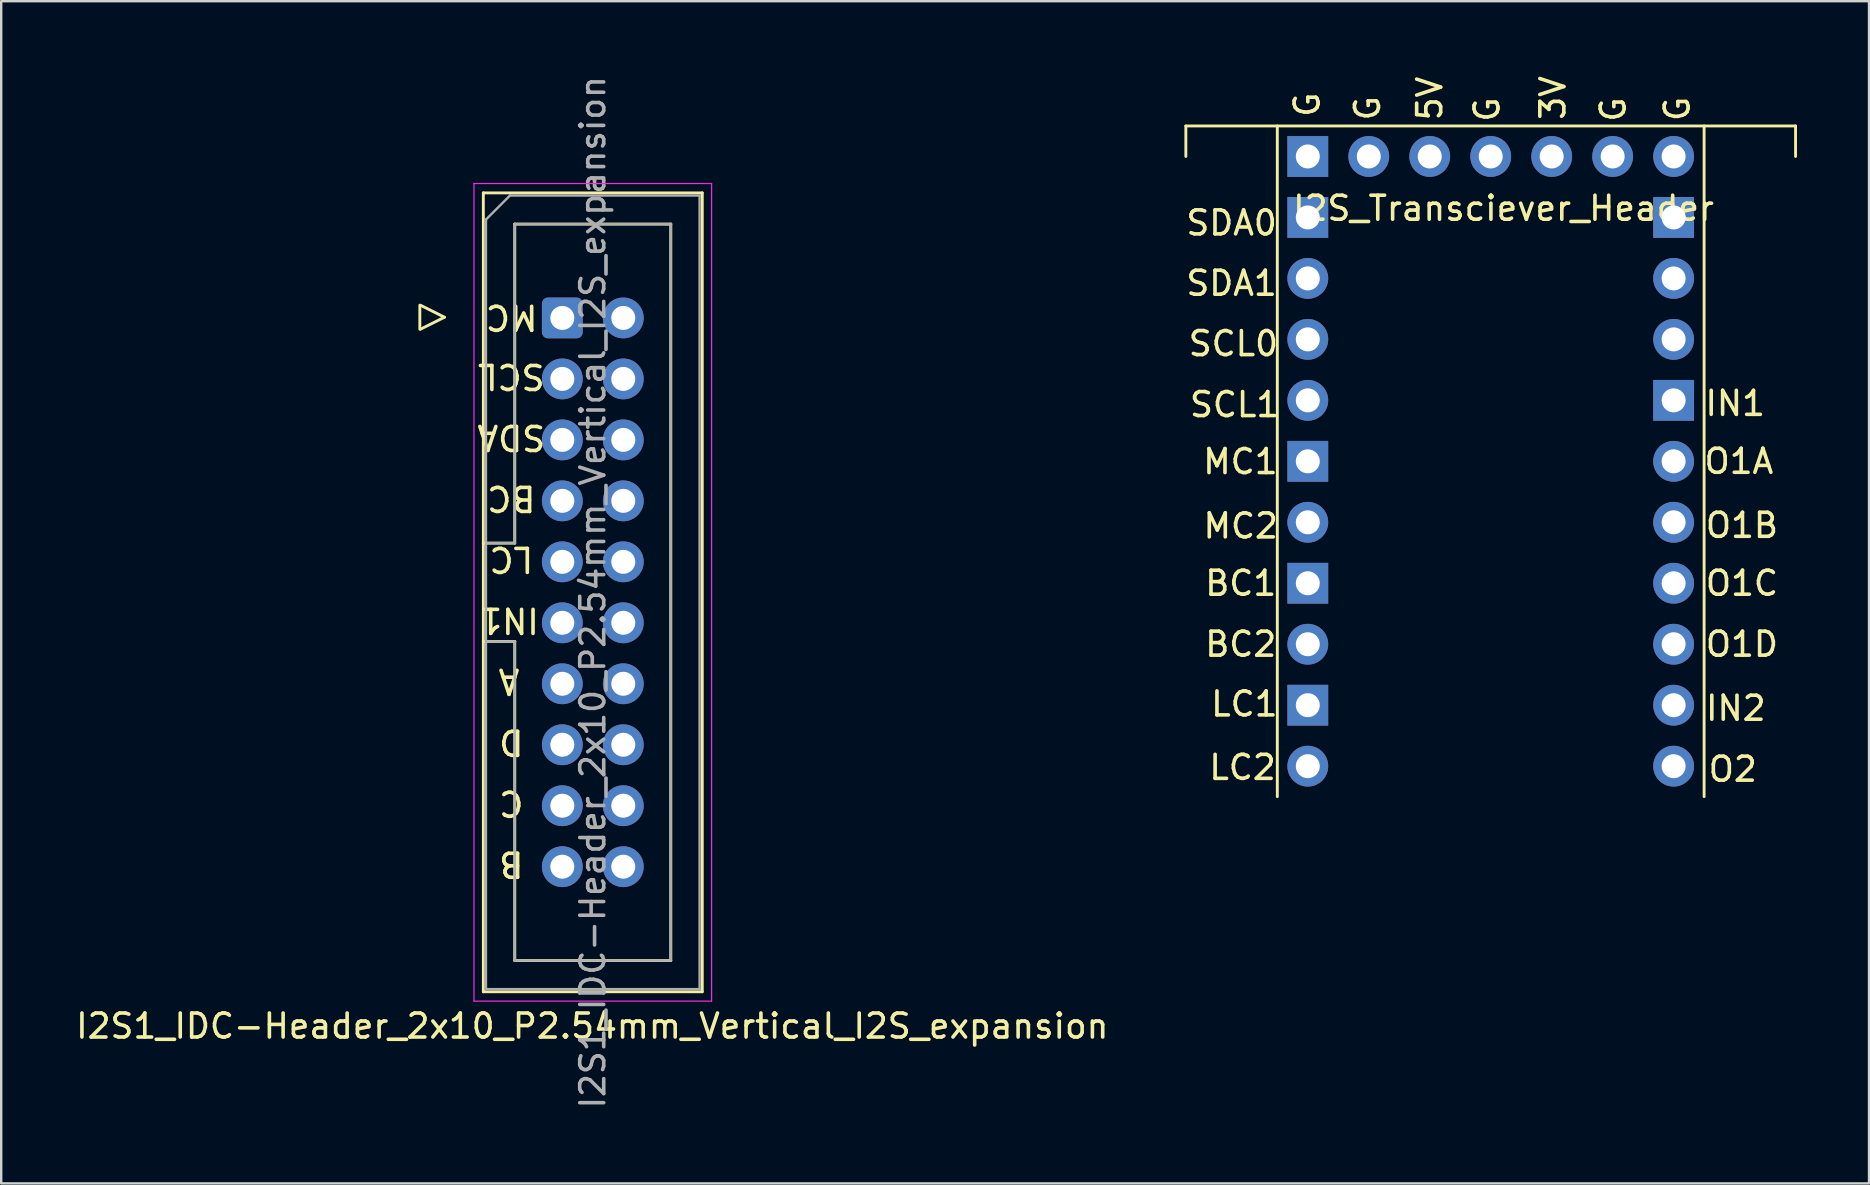
<source format=kicad_pcb>
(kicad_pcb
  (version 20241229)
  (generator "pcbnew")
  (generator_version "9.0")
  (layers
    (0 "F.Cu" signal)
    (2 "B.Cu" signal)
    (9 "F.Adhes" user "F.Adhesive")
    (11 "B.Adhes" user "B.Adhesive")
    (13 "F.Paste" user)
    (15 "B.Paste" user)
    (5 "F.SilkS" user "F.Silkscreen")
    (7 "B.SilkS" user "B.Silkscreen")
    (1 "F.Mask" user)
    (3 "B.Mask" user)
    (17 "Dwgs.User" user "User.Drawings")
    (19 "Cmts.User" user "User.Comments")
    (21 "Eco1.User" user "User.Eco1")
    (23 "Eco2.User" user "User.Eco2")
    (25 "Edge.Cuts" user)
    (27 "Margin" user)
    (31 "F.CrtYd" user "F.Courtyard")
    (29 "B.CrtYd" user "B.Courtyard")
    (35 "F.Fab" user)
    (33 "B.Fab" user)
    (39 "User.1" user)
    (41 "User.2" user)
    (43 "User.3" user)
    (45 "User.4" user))
  (footprint "I2S_Transciever_Header"
    (layer "F.Cu")
    (at 59.051 16.168)
    (property "Reference" "I2S_Transciever_Header" (at 0.533 -10.541 0) (layer "F.SilkS") (effects (font (size 1 1) (thickness 0.15))))
    (attr through_hole)
    (fp_line (start -12.7 -13.97) (end -12.7 -12.7) (stroke (width 0.12) (type solid)) (layer "F.SilkS"))
    (fp_line (start -12.7 -13.97) (end 12.7 -13.97) (stroke (width 0.12) (type solid)) (layer "F.SilkS"))
    (fp_line (start -8.89 -13.97) (end -8.89 13.97) (stroke (width 0.12) (type solid)) (layer "F.SilkS"))
    (fp_line (start 8.89 -13.97) (end 8.89 13.97) (stroke (width 0.12) (type solid)) (layer "F.SilkS"))
    (fp_line (start 12.7 -13.97) (end 12.7 -12.7) (stroke (width 0.12) (type solid)) (layer "F.SilkS"))
    (fp_text user "IN1" (at 10.185 -2.413 0) (layer "F.SilkS") (effects (font (size 1 1) (thickness 0.15))))
    (fp_text user "SDA1" (at -10.795 -7.417 0) (layer "F.SilkS") (effects (font (size 1 1) (thickness 0.15))))
    (fp_text user "G" (at -0.152 -14.656 90) (layer "F.SilkS") (effects (font (size 1 1) (thickness 0.15))))
    (fp_text user "SDA0" (at -10.795 -9.931 0) (layer "F.SilkS") (effects (font (size 1 1) (thickness 0.15))))
    (fp_text user "SCL0" (at -10.719 -4.902 0) (layer "F.SilkS") (effects (font (size 1 1) (thickness 0.15))))
    (fp_text user "5V" (at -2.54 -15.113 90) (layer "F.SilkS") (effects (font (size 1 1) (thickness 0.15))))
    (fp_text user "BC2" (at -10.414 7.62 0) (layer "F.SilkS") (effects (font (size 1 1) (thickness 0.15))))
    (fp_text user "SCL1" (at -10.668 -2.362 0) (layer "F.SilkS") (effects (font (size 1 1) (thickness 0.15))))
    (fp_text user "LC1" (at -10.262 10.109 0) (layer "F.SilkS") (effects (font (size 1 1) (thickness 0.15))))
    (fp_text user "O1C" (at 10.465 5.08 0) (layer "F.SilkS") (effects (font (size 1 1) (thickness 0.15))))
    (fp_text user "G" (at -7.645 -14.859 90) (layer "F.SilkS") (effects (font (size 1 1) (thickness 0.15))))
    (fp_text user "3V" (at 2.591 -15.138 270) (layer "F.SilkS") (effects (font (size 1 1) (thickness 0.15))))
    (fp_text user "LC2" (at -10.338 12.751 0) (layer "F.SilkS") (effects (font (size 1 1) (thickness 0.15))))
    (fp_text user "MC2" (at -10.414 2.692 0) (layer "F.SilkS") (effects (font (size 1 1) (thickness 0.15))))
    (fp_text user "G" (at -5.131 -14.707 90) (layer "F.SilkS") (effects (font (size 1 1) (thickness 0.15))))
    (fp_text user "G" (at 7.772 -14.681 90) (layer "F.SilkS") (effects (font (size 1 1) (thickness 0.15))))
    (fp_text user "O1D" (at 10.465 7.62 0) (layer "F.SilkS") (effects (font (size 1 1) (thickness 0.15))))
    (fp_text user "IN2" (at 10.211 10.287 0) (layer "F.SilkS") (effects (font (size 1 1) (thickness 0.15))))
    (fp_text user "MC1" (at -10.427 0.013 0) (layer "F.SilkS") (effects (font (size 1 1) (thickness 0.15))))
    (fp_text user "G" (at 5.105 -14.656 90) (layer "F.SilkS") (effects (font (size 1 1) (thickness 0.15))))
    (fp_text user "O1A" (at 10.338 0 0) (layer "F.SilkS") (effects (font (size 1 1) (thickness 0.15))))
    (fp_text user "O2" (at 10.084 12.827 0) (layer "F.SilkS") (effects (font (size 1 1) (thickness 0.15))))
    (fp_text user "BC1" (at -10.414 5.08 0) (layer "F.SilkS") (effects (font (size 1 1) (thickness 0.15))))
    (fp_text user "O1B" (at 10.465 2.667 0) (layer "F.SilkS") (effects (font (size 1 1) (thickness 0.15))))
    (pad "1" thru_hole oval (at -7.62 12.7) (size 1.7 1.7) (drill 1) (layers "*.Cu" "*.Mask"))
    (pad "2" thru_hole custom (at -7.62 10.16) (size 1.7 1.7) (drill 1) (layers "*.Cu" "*.Mask") (options (anchor rect)) (primitives))
    (pad "3" thru_hole oval (at -7.62 7.62) (size 1.7 1.7) (drill 1) (layers "*.Cu" "*.Mask"))
    (pad "4" thru_hole custom (at -7.62 5.08) (size 1.7 1.7) (drill 1) (layers "*.Cu" "*.Mask") (options (anchor rect)) (primitives))
    (pad "5" thru_hole oval (at -7.62 2.54) (size 1.7 1.7) (drill 1) (layers "*.Cu" "*.Mask"))
    (pad "6" thru_hole custom (at -7.62 0) (size 1.7 1.7) (drill 1) (layers "*.Cu" "*.Mask") (options (anchor rect)) (primitives))
    (pad "7" thru_hole oval (at -7.62 -2.54) (size 1.7 1.7) (drill 1) (layers "*.Cu" "*.Mask"))
    (pad "8" thru_hole oval (at -7.62 -5.08) (size 1.7 1.7) (drill 1) (layers "*.Cu" "*.Mask"))
    (pad "9" thru_hole oval (at -7.62 -7.62) (size 1.7 1.7) (drill 1) (layers "*.Cu" "*.Mask"))
    (pad "10" thru_hole custom (at -7.62 -10.16) (size 1.7 1.7) (drill 1) (layers "*.Cu" "*.Mask") (options (anchor rect)) (primitives))
    (pad "11" thru_hole rect (at -7.62 -12.7) (size 1.7 1.7) (drill 1) (layers "*.Cu" "*.Mask"))
    (pad "12" thru_hole circle (at -5.08 -12.7 90) (size 1.7 1.7) (drill 1) (layers "*.Cu" "*.Mask"))
    (pad "13" thru_hole oval (at -2.54 -12.7 90) (size 1.7 1.7) (drill 1) (layers "*.Cu" "*.Mask"))
    (pad "14" thru_hole circle (at 0 -12.7 90) (size 1.7 1.7) (drill 1) (layers "*.Cu" "*.Mask"))
    (pad "15" thru_hole oval (at 2.54 -12.7 90) (size 1.7 1.7) (drill 1) (layers "*.Cu" "*.Mask"))
    (pad "16" thru_hole oval (at 5.08 -12.7 90) (size 1.7 1.7) (drill 1) (layers "*.Cu" "*.Mask"))
    (pad "17" thru_hole circle (at 7.62 -12.7) (size 1.7 1.7) (drill 1) (layers "*.Cu" "*.Mask"))
    (pad "18" thru_hole custom (at 7.62 -10.16) (size 1.7 1.7) (drill 1) (layers "*.Cu" "*.Mask") (options (anchor rect)) (primitives))
    (pad "19" thru_hole oval (at 7.62 -7.62) (size 1.7 1.7) (drill 1) (layers "*.Cu" "*.Mask"))
    (pad "20" thru_hole oval (at 7.62 -5.08) (size 1.7 1.7) (drill 1) (layers "*.Cu" "*.Mask"))
    (pad "21" thru_hole custom (at 7.62 -2.54) (size 1.7 1.7) (drill 1) (layers "*.Cu" "*.Mask") (options (anchor rect)) (primitives))
    (pad "22" thru_hole oval (at 7.62 0) (size 1.7 1.7) (drill 1) (layers "*.Cu" "*.Mask"))
    (pad "23" thru_hole oval (at 7.62 2.54) (size 1.7 1.7) (drill 1) (layers "*.Cu" "*.Mask"))
    (pad "24" thru_hole oval (at 7.62 5.08) (size 1.7 1.7) (drill 1) (layers "*.Cu" "*.Mask"))
    (pad "25" thru_hole oval (at 7.62 7.62) (size 1.7 1.7) (drill 1) (layers "*.Cu" "*.Mask"))
    (pad "26" thru_hole oval (at 7.62 10.16) (size 1.7 1.7) (drill 1) (layers "*.Cu" "*.Mask"))
    (pad "27" thru_hole oval (at 7.62 12.7) (size 1.7 1.7) (drill 1) (layers "*.Cu" "*.Mask")))
  (footprint "I2S1_IDC-Header_2x10_P2.54mm_Vertical_I2S_expansion"
    (layer "F.Cu")
    (at 20.375 10.195)
    (property "Reference" "I2S1_IDC-Header_2x10_P2.54mm_Vertical_I2S_expansion" (at 1.25 29.5 0) (layer "F.SilkS") (effects (font (size 1 1) (thickness 0.15))))
    (attr through_hole exclude_from_bom)
    (fp_line (start -5.935 -0.53) (end -5.935 0.47) (stroke (width 0.12) (type solid)) (layer "F.SilkS"))
    (fp_line (start -5.91 0.47) (end -4.91 -0.03) (stroke (width 0.12) (type solid)) (layer "F.SilkS"))
    (fp_line (start -4.91 -0.03) (end -5.91 -0.53) (stroke (width 0.12) (type solid)) (layer "F.SilkS"))
    (fp_line (start -3.29 -5.21) (end 5.83 -5.21) (stroke (width 0.12) (type solid)) (layer "F.SilkS"))
    (fp_line (start -3.29 9.38) (end -1.98 9.38) (stroke (width 0.12) (type solid)) (layer "F.SilkS"))
    (fp_line (start -3.29 28.07) (end -3.29 -5.21) (stroke (width 0.12) (type solid)) (layer "F.SilkS"))
    (fp_line (start -1.98 -3.91) (end 4.52 -3.91) (stroke (width 0.12) (type solid)) (layer "F.SilkS"))
    (fp_line (start -1.98 9.38) (end -1.98 -3.91) (stroke (width 0.12) (type solid)) (layer "F.SilkS"))
    (fp_line (start -1.98 13.48) (end -3.29 13.48) (stroke (width 0.12) (type solid)) (layer "F.SilkS"))
    (fp_line (start -1.98 13.48) (end -1.98 13.48) (stroke (width 0.12) (type solid)) (layer "F.SilkS"))
    (fp_line (start -1.98 26.77) (end -1.98 13.48) (stroke (width 0.12) (type solid)) (layer "F.SilkS"))
    (fp_line (start 4.52 -3.91) (end 4.52 26.77) (stroke (width 0.12) (type solid)) (layer "F.SilkS"))
    (fp_line (start 4.52 26.77) (end -1.98 26.77) (stroke (width 0.12) (type solid)) (layer "F.SilkS"))
    (fp_line (start 5.83 -5.21) (end 5.83 28.07) (stroke (width 0.12) (type solid)) (layer "F.SilkS"))
    (fp_line (start 5.83 28.07) (end -3.29 28.07) (stroke (width 0.12) (type solid)) (layer "F.SilkS"))
    (fp_line (start -3.68 -5.6) (end -3.68 28.46) (stroke (width 0.05) (type solid)) (layer "F.CrtYd"))
    (fp_line (start -3.68 28.46) (end 6.22 28.46) (stroke (width 0.05) (type solid)) (layer "F.CrtYd"))
    (fp_line (start 6.22 -5.6) (end -3.68 -5.6) (stroke (width 0.05) (type solid)) (layer "F.CrtYd"))
    (fp_line (start 6.22 28.46) (end 6.22 -5.6) (stroke (width 0.05) (type solid)) (layer "F.CrtYd"))
    (fp_line (start -3.18 -4.1) (end -2.18 -5.1) (stroke (width 0.1) (type solid)) (layer "F.Fab"))
    (fp_line (start -3.18 9.38) (end -1.98 9.38) (stroke (width 0.1) (type solid)) (layer "F.Fab"))
    (fp_line (start -3.18 27.96) (end -3.18 -4.1) (stroke (width 0.1) (type solid)) (layer "F.Fab"))
    (fp_line (start -2.18 -5.1) (end 5.72 -5.1) (stroke (width 0.1) (type solid)) (layer "F.Fab"))
    (fp_line (start -1.98 -3.91) (end 4.52 -3.91) (stroke (width 0.1) (type solid)) (layer "F.Fab"))
    (fp_line (start -1.98 9.38) (end -1.98 -3.91) (stroke (width 0.1) (type solid)) (layer "F.Fab"))
    (fp_line (start -1.98 13.48) (end -3.18 13.48) (stroke (width 0.1) (type solid)) (layer "F.Fab"))
    (fp_line (start -1.98 13.48) (end -1.98 13.48) (stroke (width 0.1) (type solid)) (layer "F.Fab"))
    (fp_line (start -1.98 26.77) (end -1.98 13.48) (stroke (width 0.1) (type solid)) (layer "F.Fab"))
    (fp_line (start 4.52 -3.91) (end 4.52 26.77) (stroke (width 0.1) (type solid)) (layer "F.Fab"))
    (fp_line (start 4.52 26.77) (end -1.98 26.77) (stroke (width 0.1) (type solid)) (layer "F.Fab"))
    (fp_line (start 5.72 -5.1) (end 5.72 27.96) (stroke (width 0.1) (type solid)) (layer "F.Fab"))
    (fp_line (start 5.72 27.96) (end -3.18 27.96) (stroke (width 0.1) (type solid)) (layer "F.Fab"))
    (fp_text user "SDA" (at -2.125 4.975 180) (unlocked yes) (layer "F.SilkS") (effects (font (size 1 1) (thickness 0.15))))
    (fp_text user "LC" (at -2.125 10.055 180) (unlocked yes) (layer "F.SilkS") (effects (font (size 1 1) (thickness 0.15))))
    (fp_text user "BC" (at -2.125 7.515 180) (unlocked yes) (layer "F.SilkS") (effects (font (size 1 1) (thickness 0.15))))
    (fp_text user "D" (at -2.125 17.675 180) (unlocked yes) (layer "F.SilkS") (effects (font (size 1 1) (thickness 0.15))))
    (fp_text user "MC" (at -2.11 -0.03 180) (unlocked yes) (layer "F.SilkS") (effects (font (size 1 1) (thickness 0.15))))
    (fp_text user "C" (at -2.125 20.215 180) (unlocked yes) (layer "F.SilkS") (effects (font (size 1 1) (thickness 0.15))))
    (fp_text user "B" (at -2.125 22.755 180) (unlocked yes) (layer "F.SilkS") (effects (font (size 1 1) (thickness 0.15))))
    (fp_text user "SCL" (at -2.125 2.435 180) (unlocked yes) (layer "F.SilkS") (effects (font (size 1 1) (thickness 0.15))))
    (fp_text user "A" (at -2.22 15.135 180) (unlocked yes) (layer "F.SilkS") (effects (font (size 1 1) (thickness 0.15))))
    (fp_text user "IN1" (at -2.22 12.595 180) (unlocked yes) (layer "F.SilkS") (effects (font (size 1 1) (thickness 0.15))))
    (fp_text user "${REFERENCE}" (at 1.27 11.43 270) (layer "F.Fab") (effects (font (size 1 1) (thickness 0.15))))
    (pad "1" thru_hole roundrect (at 0 0) (size 1.7 1.7) (drill 1) (layers "*.Cu" "*.Mask") (roundrect_rratio 0.147))
    (pad "2" thru_hole circle (at 2.54 0) (size 1.7 1.7) (drill 1) (layers "*.Cu" "*.Mask"))
    (pad "3" thru_hole circle (at 0 2.54) (size 1.7 1.7) (drill 1) (layers "*.Cu" "*.Mask"))
    (pad "4" thru_hole circle (at 2.54 2.54) (size 1.7 1.7) (drill 1) (layers "*.Cu" "*.Mask"))
    (pad "5" thru_hole circle (at 0 5.08) (size 1.7 1.7) (drill 1) (layers "*.Cu" "*.Mask"))
    (pad "6" thru_hole circle (at 2.54 5.08) (size 1.7 1.7) (drill 1) (layers "*.Cu" "*.Mask"))
    (pad "7" thru_hole circle (at 0 7.62) (size 1.7 1.7) (drill 1) (layers "*.Cu" "*.Mask"))
    (pad "8" thru_hole circle (at 2.54 7.62) (size 1.7 1.7) (drill 1) (layers "*.Cu" "*.Mask"))
    (pad "9" thru_hole circle (at 0 10.16) (size 1.7 1.7) (drill 1) (layers "*.Cu" "*.Mask"))
    (pad "10" thru_hole circle (at 2.54 10.16) (size 1.7 1.7) (drill 1) (layers "*.Cu" "*.Mask"))
    (pad "11" thru_hole circle (at 0 12.7) (size 1.7 1.7) (drill 1) (layers "*.Cu" "*.Mask"))
    (pad "12" thru_hole circle (at 2.54 12.7) (size 1.7 1.7) (drill 1) (layers "*.Cu" "*.Mask"))
    (pad "13" thru_hole circle (at 0 15.24) (size 1.7 1.7) (drill 1) (layers "*.Cu" "*.Mask"))
    (pad "14" thru_hole circle (at 2.54 15.24) (size 1.7 1.7) (drill 1) (layers "*.Cu" "*.Mask"))
    (pad "15" thru_hole circle (at 0 17.78) (size 1.7 1.7) (drill 1) (layers "*.Cu" "*.Mask"))
    (pad "16" thru_hole circle (at 2.54 17.78) (size 1.7 1.7) (drill 1) (layers "*.Cu" "*.Mask"))
    (pad "17" thru_hole circle (at 0 20.32) (size 1.7 1.7) (drill 1) (layers "*.Cu" "*.Mask"))
    (pad "18" thru_hole circle (at 2.54 20.32) (size 1.7 1.7) (drill 1) (layers "*.Cu" "*.Mask"))
    (pad "19" thru_hole circle (at 0 22.86) (size 1.7 1.7) (drill 1) (layers "*.Cu" "*.Mask"))
    (pad "20" thru_hole circle (at 2.54 22.86) (size 1.7 1.7) (drill 1) (layers "*.Cu" "*.Mask")))
  (gr_rect
    (start -3 -3)
    (end 74.811 46.25)
    (stroke (width 0.1) (type default))
    (fill no)
    (layer "Edge.Cuts")))
</source>
